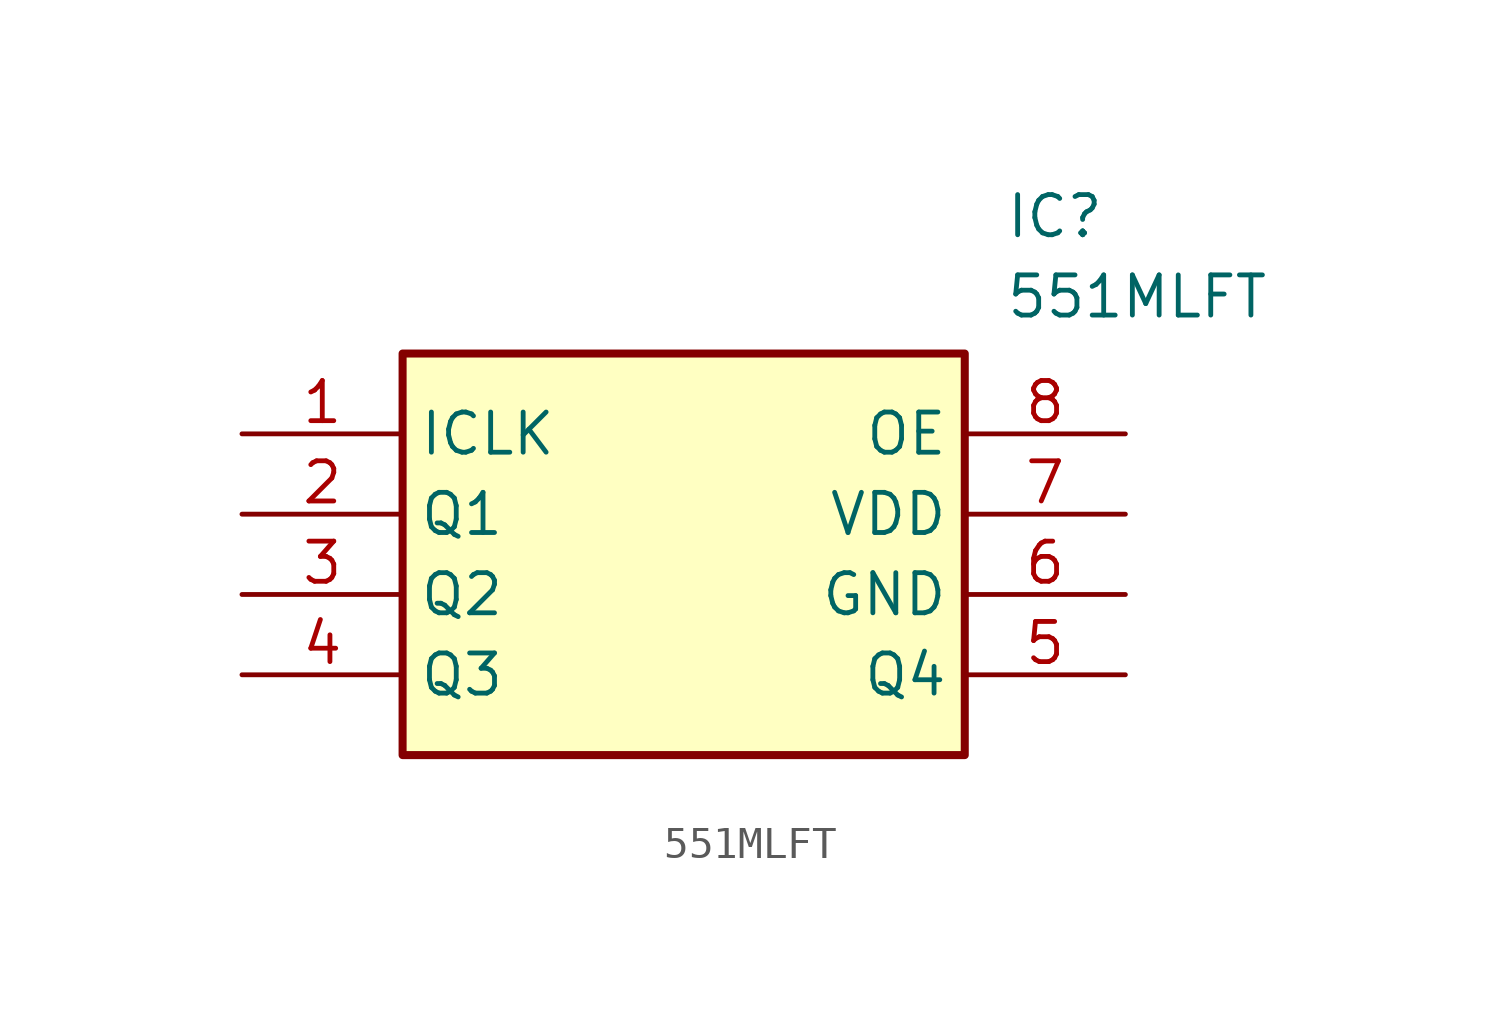
<source format=kicad_sym>
(kicad_symbol_lib
  (version 20220914)
  (generator kicad_symbol_editor)
  (symbol "551MLFT"
    (property "Reference" "IC"
      (at 24.13 7.62 0)
      (effects (font (size 1.27 1.27)) (justify left top)))
    (property "Value" "551MLFT"
      (at 24.13 5.08 0)
      (effects (font (size 1.27 1.27)) (justify left top)))
    (symbol "551MLFT_1_1"
      (rectangle (start 5.08 2.54) (end 22.86 -10.16) (stroke (width 0.254) (type default)) (fill (type background)))
      (pin passive line (at 0 0 0) (length 5.08) (name "ICLK" (effects (font (size 1.27 1.27)))) (number "1" (effects (font (size 1.27 1.27)))))
      (pin passive line (at 0 -2.54 0) (length 5.08) (name "Q1" (effects (font (size 1.27 1.27)))) (number "2" (effects (font (size 1.27 1.27)))))
      (pin passive line (at 0 -5.08 0) (length 5.08) (name "Q2" (effects (font (size 1.27 1.27)))) (number "3" (effects (font (size 1.27 1.27)))))
      (pin passive line (at 0 -7.62 0) (length 5.08) (name "Q3" (effects (font (size 1.27 1.27)))) (number "4" (effects (font (size 1.27 1.27)))))
      (pin passive line (at 27.94 -7.62 180) (length 5.08) (name "Q4" (effects (font (size 1.27 1.27)))) (number "5" (effects (font (size 1.27 1.27)))))
      (pin passive line (at 27.94 -5.08 180) (length 5.08) (name "GND" (effects (font (size 1.27 1.27)))) (number "6" (effects (font (size 1.27 1.27)))))
      (pin passive line (at 27.94 -2.54 180) (length 5.08) (name "VDD" (effects (font (size 1.27 1.27)))) (number "7" (effects (font (size 1.27 1.27)))))
      (pin passive line (at 27.94 0 180) (length 5.08) (name "OE" (effects (font (size 1.27 1.27)))) (number "8" (effects (font (size 1.27 1.27))))))))
</source>
